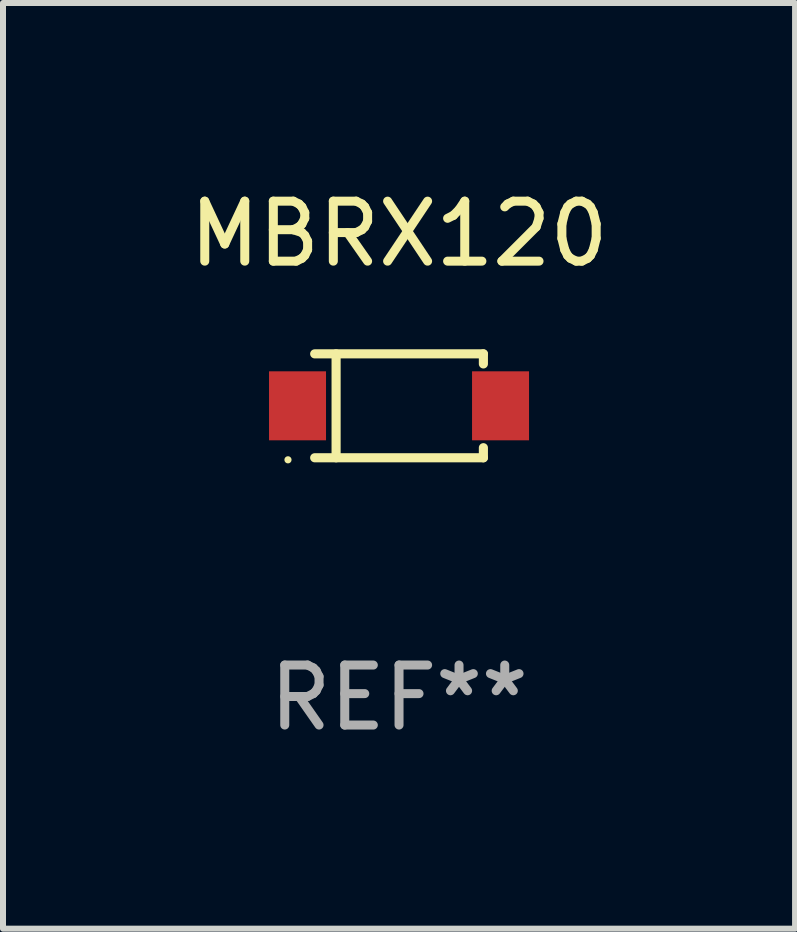
<source format=kicad_pcb>
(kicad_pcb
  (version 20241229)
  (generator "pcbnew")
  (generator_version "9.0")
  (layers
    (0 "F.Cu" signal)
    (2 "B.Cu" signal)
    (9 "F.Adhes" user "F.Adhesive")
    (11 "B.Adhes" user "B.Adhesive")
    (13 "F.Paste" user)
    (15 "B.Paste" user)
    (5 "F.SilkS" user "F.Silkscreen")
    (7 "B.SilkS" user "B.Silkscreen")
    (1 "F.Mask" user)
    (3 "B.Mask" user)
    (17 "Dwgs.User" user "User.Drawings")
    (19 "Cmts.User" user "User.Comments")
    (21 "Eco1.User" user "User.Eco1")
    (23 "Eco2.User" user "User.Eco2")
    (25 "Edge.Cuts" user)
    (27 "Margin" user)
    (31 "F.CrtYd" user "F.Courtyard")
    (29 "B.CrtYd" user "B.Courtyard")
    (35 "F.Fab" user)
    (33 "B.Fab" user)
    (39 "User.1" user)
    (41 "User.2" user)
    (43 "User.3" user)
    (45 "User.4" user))
  (footprint "MBRX120"
    (layer "F.Cu")
    (at 3.601 3.714)
    (property "Reference" "MBRX120" (at 0 -2.866 0) (layer "F.SilkS") (effects (font (size 1 1) (thickness 0.15))))
    (attr through_hole)
    (fp_line (start -1.406 -0.866) (end 1.406 -0.866) (stroke (width 0.152) (type solid)) (layer "F.SilkS"))
    (fp_line (start -1.406 0.866) (end 1.406 0.866) (stroke (width 0.152) (type solid)) (layer "F.SilkS"))
    (fp_line (start -1.049 -0.866) (end -1.049 0.866) (stroke (width 0.152) (type solid)) (layer "F.SilkS"))
    (fp_line (start 1.406 -0.866) (end 1.406 -0.698) (stroke (width 0.152) (type solid)) (layer "F.SilkS"))
    (fp_line (start 1.406 0.866) (end 1.406 0.698) (stroke (width 0.152) (type solid)) (layer "F.SilkS"))
    (fp_circle (center -1.851 0.9) (end -1.821 0.9) (stroke (width 0.06) (type solid)) (fill no) (layer "F.SilkS"))
    (fp_text user "REF**" (at 0 4.866 0) (layer "F.Fab") (effects (font (size 1 1) (thickness 0.15))))
    (pad "1" smd rect (at -1.692 0) (size 0.95 1.15) (layers "F.Cu" "F.Mask" "F.Paste"))
    (pad "2" smd rect (at 1.692 0) (size 0.95 1.15) (layers "F.Cu" "F.Mask" "F.Paste")))
  (gr_rect
    (start -3 -3)
    (end 10.202 12.429)
    (stroke (width 0.1) (type default))
    (fill no)
    (layer "Edge.Cuts")))
</source>
